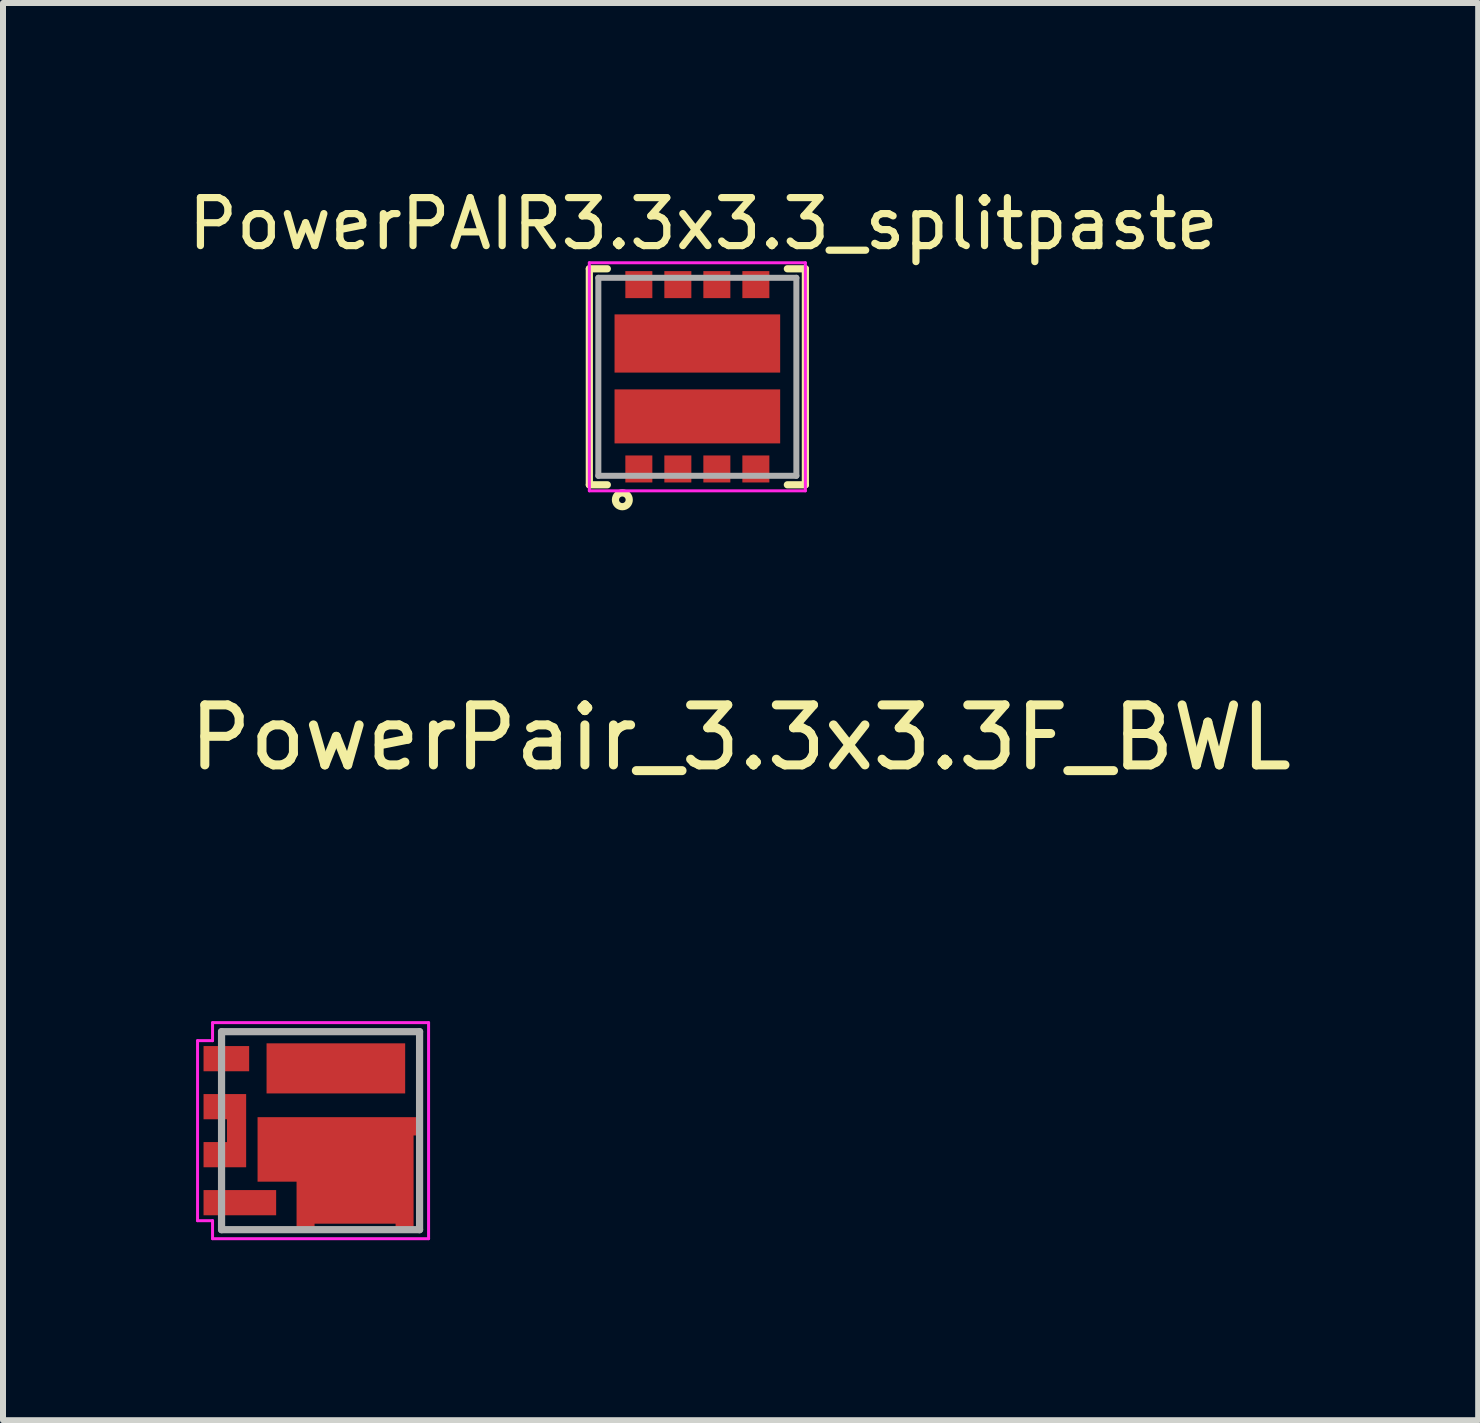
<source format=kicad_pcb>
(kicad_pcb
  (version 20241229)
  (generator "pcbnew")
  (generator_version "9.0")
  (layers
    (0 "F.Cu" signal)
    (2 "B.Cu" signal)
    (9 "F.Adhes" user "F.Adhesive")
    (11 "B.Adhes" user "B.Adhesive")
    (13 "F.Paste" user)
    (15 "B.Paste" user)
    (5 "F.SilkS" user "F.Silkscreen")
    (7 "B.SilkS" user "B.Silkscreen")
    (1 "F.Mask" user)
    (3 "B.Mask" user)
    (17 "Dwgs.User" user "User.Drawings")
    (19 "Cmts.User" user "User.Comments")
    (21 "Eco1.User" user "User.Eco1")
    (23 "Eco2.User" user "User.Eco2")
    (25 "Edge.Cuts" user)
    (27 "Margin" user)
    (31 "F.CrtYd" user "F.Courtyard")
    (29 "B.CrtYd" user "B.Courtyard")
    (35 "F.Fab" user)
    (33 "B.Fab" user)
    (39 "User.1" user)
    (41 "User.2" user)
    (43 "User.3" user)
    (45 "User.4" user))
  (footprint "PowerPAIR3.3x3.3_splitpaste"
    (layer "F.Cu")
    (at 8.571 3.229)
    (property "Reference" "PowerPAIR3.3x3.3_splitpaste" (at 0.1 -2.55 0) (layer "F.SilkS") (effects (font (size 0.8 0.8) (thickness 0.12))))
    (attr smd)
    (fp_line (start -1.8 -1.8) (end -1.8 1.8) (stroke (width 0.12) (type solid)) (layer "F.SilkS"))
    (fp_line (start -1.8 1.8) (end -1.5 1.8) (stroke (width 0.12) (type solid)) (layer "F.SilkS"))
    (fp_line (start -1.5 -1.8) (end -1.8 -1.8) (stroke (width 0.12) (type solid)) (layer "F.SilkS"))
    (fp_line (start 1.5 -1.8) (end 1.8 -1.8) (stroke (width 0.12) (type solid)) (layer "F.SilkS"))
    (fp_line (start 1.8 -1.8) (end 1.8 1.8) (stroke (width 0.12) (type solid)) (layer "F.SilkS"))
    (fp_line (start 1.8 1.8) (end 1.5 1.8) (stroke (width 0.12) (type solid)) (layer "F.SilkS"))
    (fp_circle (center -1.25 2.05) (end -1.195 2.05) (stroke (width 0.12) (type solid)) (fill no) (layer "F.SilkS"))
    (fp_line (start -1.8 -1.9) (end -1.8 1.9) (stroke (width 0.05) (type solid)) (layer "F.CrtYd"))
    (fp_line (start -1.8 -1.9) (end 1.8 -1.9) (stroke (width 0.05) (type solid)) (layer "F.CrtYd"))
    (fp_line (start -1.8 1.9) (end 1.8 1.9) (stroke (width 0.05) (type solid)) (layer "F.CrtYd"))
    (fp_line (start 1.8 -1.9) (end 1.8 1.9) (stroke (width 0.05) (type solid)) (layer "F.CrtYd"))
    (fp_line (start -1.65 -1.65) (end 1.65 -1.65) (stroke (width 0.1) (type solid)) (layer "F.Fab"))
    (fp_line (start -1.65 1.65) (end -1.65 -1.65) (stroke (width 0.1) (type solid)) (layer "F.Fab"))
    (fp_line (start 1.65 -1.65) (end 1.65 1.65) (stroke (width 0.1) (type solid)) (layer "F.Fab"))
    (fp_line (start 1.65 1.65) (end -1.65 1.65) (stroke (width 0.1) (type solid)) (layer "F.Fab"))
    (pad "" smd roundrect (at -0.755 -0.555) (size 1.25 0.9) (layers "F.Paste") (roundrect_rratio 0.2))
    (pad "" smd roundrect (at -0.755 0.66) (size 1.25 0.8) (layers "F.Paste") (roundrect_rratio 0.2))
    (pad "" smd roundrect (at 0.755 -0.555) (size 1.25 0.9) (layers "F.Paste") (roundrect_rratio 0.2))
    (pad "" smd roundrect (at 0.755 0.66) (size 1.25 0.8) (layers "F.Paste") (roundrect_rratio 0.2))
    (pad "1" smd rect (at -0.975 1.536) (size 0.45 0.45) (layers "F.Cu" "F.Mask" "F.Paste"))
    (pad "2" smd rect (at -0.325 1.536) (size 0.45 0.45) (layers "F.Cu" "F.Mask" "F.Paste"))
    (pad "2" smd rect (at 0 0.66) (size 2.76 0.9) (layers "F.Cu" "F.Mask"))
    (pad "2" smd rect (at 0.325 1.536) (size 0.45 0.45) (layers "F.Cu" "F.Mask" "F.Paste"))
    (pad "2" smd rect (at 0.975 1.536) (size 0.45 0.45) (layers "F.Cu" "F.Mask" "F.Paste"))
    (pad "3" smd rect (at 0 -0.555) (size 2.76 0.97) (layers "F.Cu" "F.Mask"))
    (pad "4" smd rect (at -0.325 -1.536) (size 0.45 0.45) (layers "F.Cu" "F.Mask" "F.Paste"))
    (pad "4" smd rect (at 0.325 -1.536) (size 0.45 0.45) (layers "F.Cu" "F.Mask" "F.Paste"))
    (pad "4" smd rect (at 0.975 -1.536) (size 0.45 0.45) (layers "F.Cu" "F.Mask" "F.Paste"))
    (pad "5" smd rect (at -0.975 -1.536) (size 0.45 0.45) (layers "F.Cu" "F.Mask" "F.Paste")))
  (footprint "PowerPair_3.3x3.3F_BWL"
    (layer "F.Cu")
    (at 2.292 15.792)
    (property "Reference" "PowerPair_3.3x3.3F_BWL" (at 7 -6.55 0) (layer "F.SilkS") (effects (font (size 1 1) (thickness 0.15))))
    (attr smd)
    (fp_line (start -2.05 -1.5) (end -1.8 -1.5) (stroke (width 0.05) (type solid)) (layer "F.CrtYd"))
    (fp_line (start -2.05 1.5) (end -2.05 -1.5) (stroke (width 0.05) (type solid)) (layer "F.CrtYd"))
    (fp_line (start -1.8 -1.8) (end 1.8 -1.8) (stroke (width 0.05) (type solid)) (layer "F.CrtYd"))
    (fp_line (start -1.8 -1.5) (end -1.8 -1.8) (stroke (width 0.05) (type solid)) (layer "F.CrtYd"))
    (fp_line (start -1.8 1.5) (end -2.05 1.5) (stroke (width 0.05) (type solid)) (layer "F.CrtYd"))
    (fp_line (start -1.8 1.8) (end -1.8 1.5) (stroke (width 0.05) (type solid)) (layer "F.CrtYd"))
    (fp_line (start 1.8 -1.8) (end 1.8 1.8) (stroke (width 0.05) (type solid)) (layer "F.CrtYd"))
    (fp_line (start 1.8 1.8) (end -1.8 1.8) (stroke (width 0.05) (type solid)) (layer "F.CrtYd"))
    (fp_line (start -1.65 -1.65) (end 1.65 -1.65) (stroke (width 0.12) (type solid)) (layer "F.Fab"))
    (fp_line (start -1.65 1.65) (end -1.65 -1.65) (stroke (width 0.12) (type solid)) (layer "F.Fab"))
    (fp_line (start 1.65 -1.65) (end 1.65 1.65) (stroke (width 0.12) (type solid)) (layer "F.Fab"))
    (fp_line (start 1.65 1.65) (end -1.65 1.65) (stroke (width 0.12) (type solid)) (layer "F.Fab"))
    (pad "1" smd rect (at -1.57 -1.2) (size 0.76 0.42) (layers "F.Cu" "F.Mask" "F.Paste"))
    (pad "4" smd rect (at -1.345 1.2) (size 1.21 0.42) (layers "F.Cu" "F.Mask" "F.Paste"))
    (pad "5" smd custom (at 0.61 0.68) (size 1 1) (layers "F.Cu" "F.Mask" "F.Paste") (options (anchor rect)) (primitives (gr_poly (pts (xy 1.09 -0.6) (xy 0.94 -0.6) (xy 0.94 1.02) (xy 0.64 1.02) (xy 0.64 0.87) (xy -0.71 0.87) (xy -0.71 1.02) (xy -1.01 1.02) (xy -1.01 0.17) (xy -1.66 0.17) (xy -1.66 -0.905) (xy 1.09 -0.905)) (width 0) (fill yes))))
    (pad "6" smd rect (at 0.255 -1.038) (size 2.31 0.835) (layers "F.Cu" "F.Mask" "F.Paste"))
    (pad "23" smd custom (at -1.595 -0.4) (size 0.71 0.42) (layers "F.Cu" "F.Mask" "F.Paste") (options (anchor rect)) (primitives (gr_poly (pts (xy 0.355 1.01) (xy -0.355 1.01) (xy -0.355 0.59) (xy 0.355 0.59)) (width 0) (fill yes)) (gr_poly (pts (xy 0.355 0.6) (xy 0.035 0.6) (xy 0.035 0.2) (xy 0.355 0.2)) (width 0) (fill yes)))))
  (gr_rect
    (start -3 -3)
    (end 21.583 20.617)
    (stroke (width 0.1) (type default))
    (fill no)
    (layer "Edge.Cuts")))
</source>
